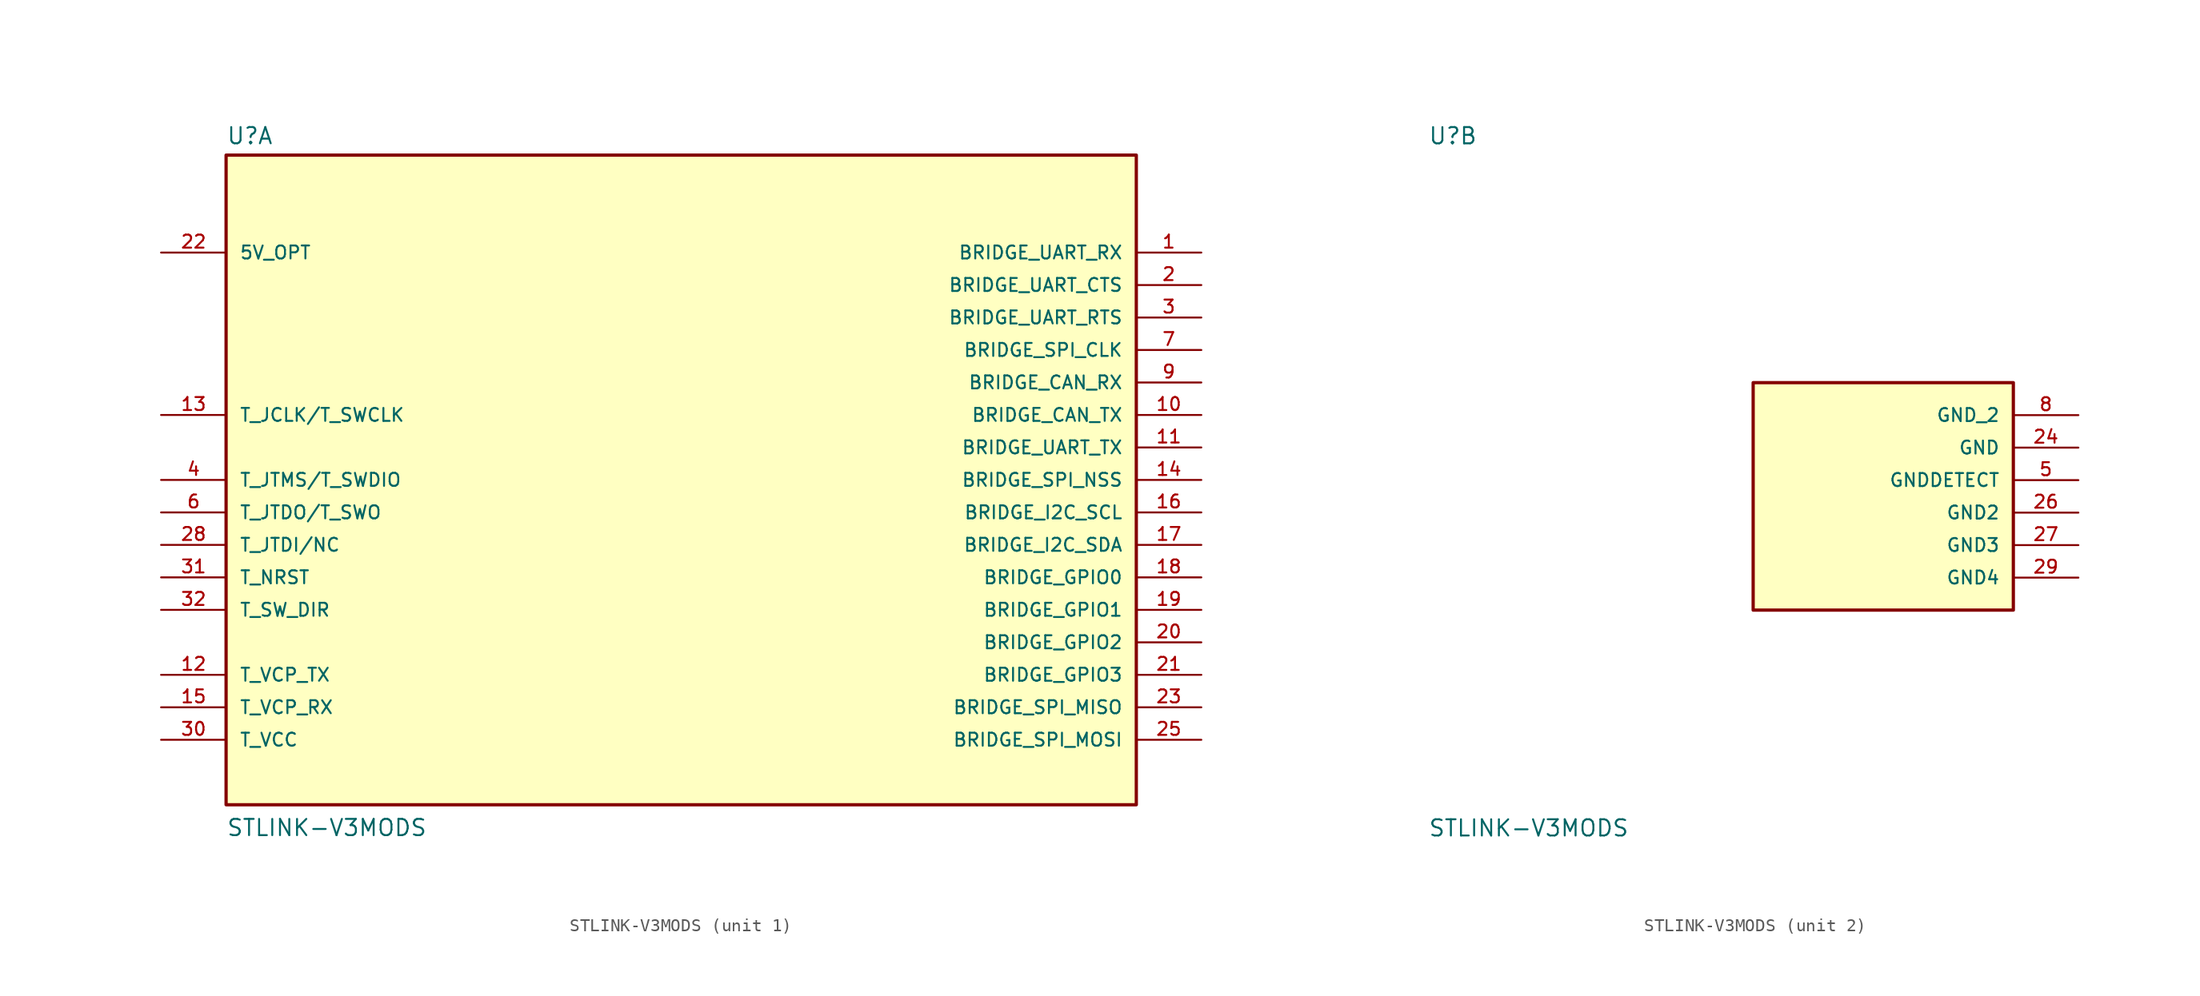
<source format=kicad_sym>
(kicad_symbol_lib
  (version 20211014)
  (generator kicad_symbol_editor)
  (symbol "STLINK-V3MODS"
    (pin_names
      (offset 1.016))
    (property "Reference" "U"
      (at -35.56 26.162 0)
      (effects (font (size 1.27 1.27)) (justify bottom left)))
    (property "Value" "STLINK-V3MODS"
      (at -35.56 -27.94 0)
      (effects (font (size 1.27 1.27)) (justify bottom left)))
    (symbol "STLINK-V3MODS_1_0"
      (rectangle (start -35.56 -25.4) (end 35.56 25.4) (stroke (width 0.254)) (fill (type background)))
      (pin passive line (at -40.64 17.78 0) (length 5.08) (name "5V_OPT" (effects (font (size 1.016 1.016)))) (number "22" (effects (font (size 1.016 1.016)))))
      (pin passive line (at -40.64 5.08 0) (length 5.08) (name "T_JCLK/T_SWCLK" (effects (font (size 1.016 1.016)))) (number "13" (effects (font (size 1.016 1.016)))))
      (pin passive line (at -40.64 0.0 0) (length 5.08) (name "T_JTMS/T_SWDIO" (effects (font (size 1.016 1.016)))) (number "4" (effects (font (size 1.016 1.016)))))
      (pin passive line (at -40.64 -2.54 0) (length 5.08) (name "T_JTDO/T_SWO" (effects (font (size 1.016 1.016)))) (number "6" (effects (font (size 1.016 1.016)))))
      (pin passive line (at -40.64 -5.08 0) (length 5.08) (name "T_JTDI/NC" (effects (font (size 1.016 1.016)))) (number "28" (effects (font (size 1.016 1.016)))))
      (pin passive line (at -40.64 -7.62 0) (length 5.08) (name "T_NRST" (effects (font (size 1.016 1.016)))) (number "31" (effects (font (size 1.016 1.016)))))
      (pin passive line (at -40.64 -10.16 0) (length 5.08) (name "T_SW_DIR" (effects (font (size 1.016 1.016)))) (number "32" (effects (font (size 1.016 1.016)))))
      (pin passive line (at -40.64 -15.24 0) (length 5.08) (name "T_VCP_TX" (effects (font (size 1.016 1.016)))) (number "12" (effects (font (size 1.016 1.016)))))
      (pin passive line (at -40.64 -17.78 0) (length 5.08) (name "T_VCP_RX" (effects (font (size 1.016 1.016)))) (number "15" (effects (font (size 1.016 1.016)))))
      (pin passive line (at -40.64 -20.32 0) (length 5.08) (name "T_VCC" (effects (font (size 1.016 1.016)))) (number "30" (effects (font (size 1.016 1.016)))))
      (pin passive line (at 40.64 17.78 180.0) (length 5.08) (name "BRIDGE_UART_RX" (effects (font (size 1.016 1.016)))) (number "1" (effects (font (size 1.016 1.016)))))
      (pin passive line (at 40.64 15.24 180.0) (length 5.08) (name "BRIDGE_UART_CTS" (effects (font (size 1.016 1.016)))) (number "2" (effects (font (size 1.016 1.016)))))
      (pin passive line (at 40.64 12.7 180.0) (length 5.08) (name "BRIDGE_UART_RTS" (effects (font (size 1.016 1.016)))) (number "3" (effects (font (size 1.016 1.016)))))
      (pin passive line (at 40.64 10.16 180.0) (length 5.08) (name "BRIDGE_SPI_CLK" (effects (font (size 1.016 1.016)))) (number "7" (effects (font (size 1.016 1.016)))))
      (pin passive line (at 40.64 7.62 180.0) (length 5.08) (name "BRIDGE_CAN_RX" (effects (font (size 1.016 1.016)))) (number "9" (effects (font (size 1.016 1.016)))))
      (pin passive line (at 40.64 5.08 180.0) (length 5.08) (name "BRIDGE_CAN_TX" (effects (font (size 1.016 1.016)))) (number "10" (effects (font (size 1.016 1.016)))))
      (pin passive line (at 40.64 2.54 180.0) (length 5.08) (name "BRIDGE_UART_TX" (effects (font (size 1.016 1.016)))) (number "11" (effects (font (size 1.016 1.016)))))
      (pin passive line (at 40.64 0.0 180.0) (length 5.08) (name "BRIDGE_SPI_NSS" (effects (font (size 1.016 1.016)))) (number "14" (effects (font (size 1.016 1.016)))))
      (pin bidirectional line (at 40.64 -2.54 180.0) (length 5.08) (name "BRIDGE_I2C_SCL" (effects (font (size 1.016 1.016)))) (number "16" (effects (font (size 1.016 1.016)))))
      (pin bidirectional line (at 40.64 -5.08 180.0) (length 5.08) (name "BRIDGE_I2C_SDA" (effects (font (size 1.016 1.016)))) (number "17" (effects (font (size 1.016 1.016)))))
      (pin bidirectional line (at 40.64 -7.62 180.0) (length 5.08) (name "BRIDGE_GPIO0" (effects (font (size 1.016 1.016)))) (number "18" (effects (font (size 1.016 1.016)))))
      (pin bidirectional line (at 40.64 -10.16 180.0) (length 5.08) (name "BRIDGE_GPIO1" (effects (font (size 1.016 1.016)))) (number "19" (effects (font (size 1.016 1.016)))))
      (pin bidirectional line (at 40.64 -12.7 180.0) (length 5.08) (name "BRIDGE_GPIO2" (effects (font (size 1.016 1.016)))) (number "20" (effects (font (size 1.016 1.016)))))
      (pin bidirectional line (at 40.64 -15.24 180.0) (length 5.08) (name "BRIDGE_GPIO3" (effects (font (size 1.016 1.016)))) (number "21" (effects (font (size 1.016 1.016)))))
      (pin passive line (at 40.64 -17.78 180.0) (length 5.08) (name "BRIDGE_SPI_MISO" (effects (font (size 1.016 1.016)))) (number "23" (effects (font (size 1.016 1.016)))))
      (pin passive line (at 40.64 -20.32 180.0) (length 5.08) (name "BRIDGE_SPI_MOSI" (effects (font (size 1.016 1.016)))) (number "25" (effects (font (size 1.016 1.016))))))
    (symbol "STLINK-V3MODS_2_0"
      (rectangle (start -10.16 -10.16) (end 10.16 7.62) (stroke (width 0.254)) (fill (type background)))
      (pin power_in line (at 15.24 5.08 180.0) (length 5.08) (name "GND_2" (effects (font (size 1.016 1.016)))) (number "8" (effects (font (size 1.016 1.016)))))
      (pin power_in line (at 15.24 2.54 180.0) (length 5.08) (name "GND" (effects (font (size 1.016 1.016)))) (number "24" (effects (font (size 1.016 1.016)))))
      (pin power_in line (at 15.24 0.0 180.0) (length 5.08) (name "GNDDETECT" (effects (font (size 1.016 1.016)))) (number "5" (effects (font (size 1.016 1.016)))))
      (pin power_in line (at 15.24 -2.54 180.0) (length 5.08) (name "GND2" (effects (font (size 1.016 1.016)))) (number "26" (effects (font (size 1.016 1.016)))))
      (pin power_in line (at 15.24 -5.08 180.0) (length 5.08) (name "GND3" (effects (font (size 1.016 1.016)))) (number "27" (effects (font (size 1.016 1.016)))))
      (pin power_in line (at 15.24 -7.62 180.0) (length 5.08) (name "GND4" (effects (font (size 1.016 1.016)))) (number "29" (effects (font (size 1.016 1.016))))))))
</source>
